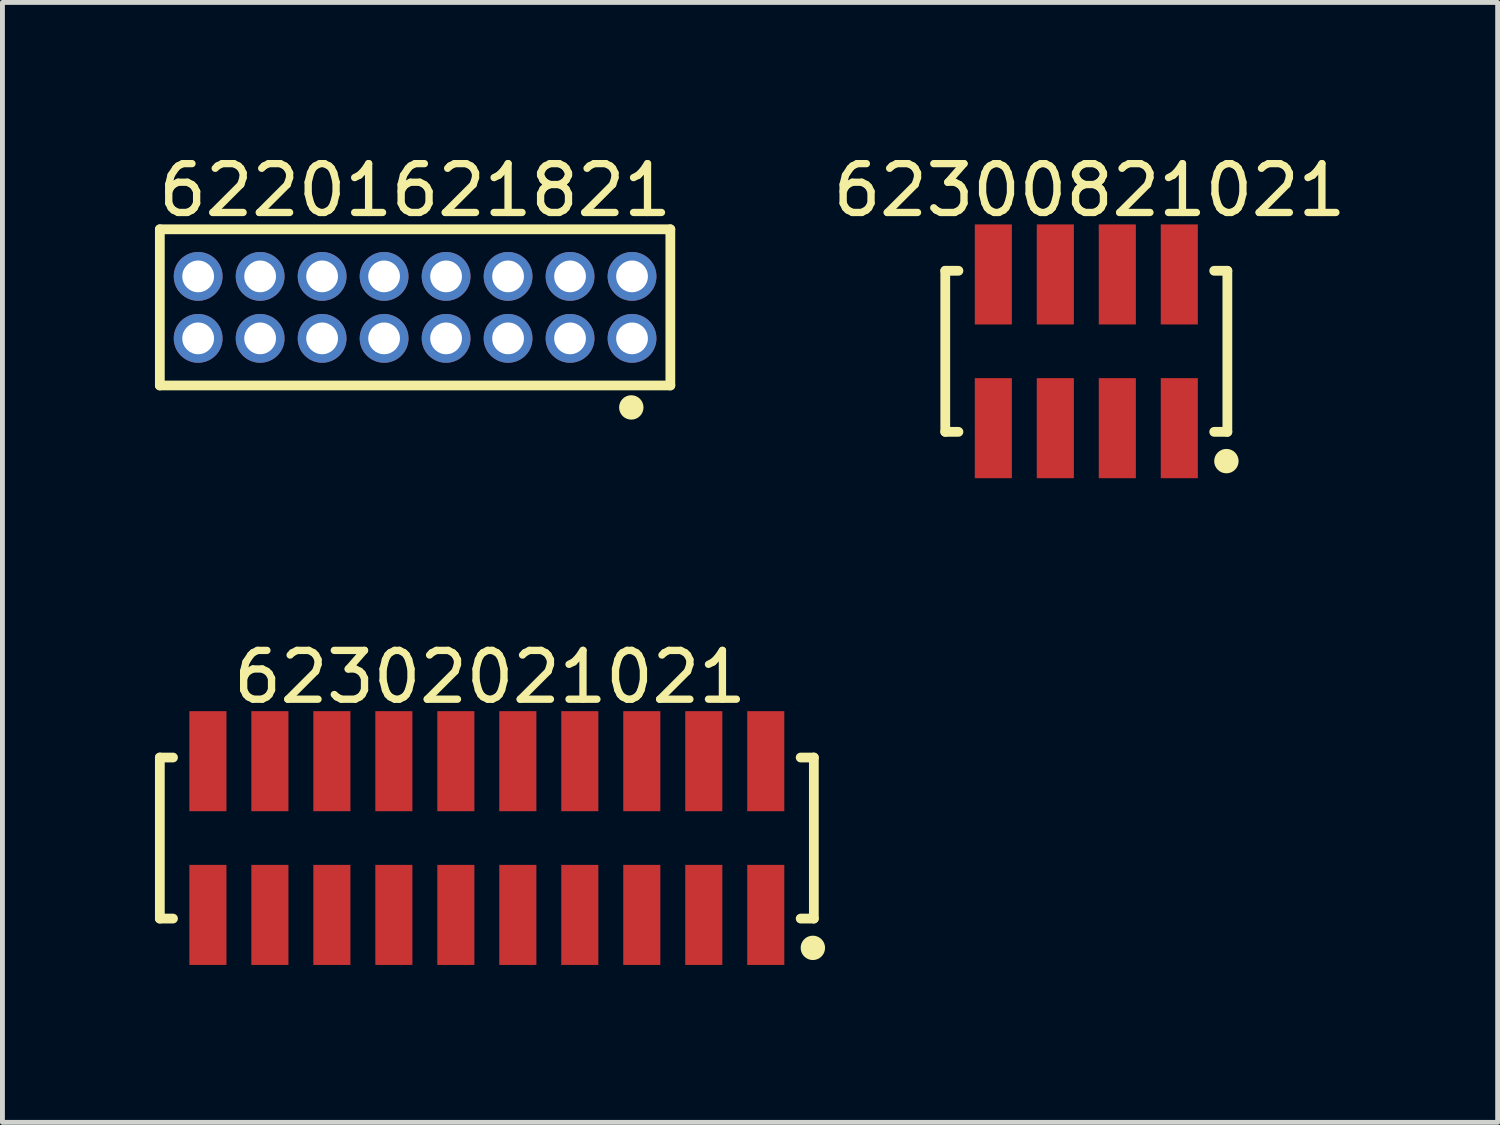
<source format=kicad_pcb>
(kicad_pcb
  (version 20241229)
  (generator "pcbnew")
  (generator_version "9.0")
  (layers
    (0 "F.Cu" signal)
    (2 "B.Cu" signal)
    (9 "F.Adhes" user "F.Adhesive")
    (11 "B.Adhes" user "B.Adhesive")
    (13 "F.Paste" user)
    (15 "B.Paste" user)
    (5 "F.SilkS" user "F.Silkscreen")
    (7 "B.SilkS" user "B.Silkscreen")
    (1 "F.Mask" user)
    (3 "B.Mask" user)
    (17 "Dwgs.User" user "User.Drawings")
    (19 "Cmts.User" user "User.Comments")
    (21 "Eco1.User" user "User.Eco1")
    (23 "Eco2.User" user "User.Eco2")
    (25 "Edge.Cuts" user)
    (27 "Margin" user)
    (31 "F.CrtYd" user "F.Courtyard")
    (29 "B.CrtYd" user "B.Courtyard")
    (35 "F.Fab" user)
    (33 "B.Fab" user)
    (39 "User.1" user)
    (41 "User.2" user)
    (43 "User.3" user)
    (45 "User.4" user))
  (footprint "62302021021"
    (layer "F.Cu")
    (at 6.925 14.121)
    (property "Reference" "62302021021" (at 0.065 -3.3 0) (layer "F.SilkS") (effects (font (size 1 1) (thickness 0.15))))
    (fp_line (start -6.7 -1.65) (end -6.43 -1.65) (stroke (width 0.2) (type solid)) (layer "F.SilkS"))
    (fp_line (start -6.7 1.65) (end -6.7 -1.65) (stroke (width 0.2) (type solid)) (layer "F.SilkS"))
    (fp_line (start -6.7 1.65) (end -6.43 1.65) (stroke (width 0.2) (type solid)) (layer "F.SilkS"))
    (fp_line (start 6.43 -1.65) (end 6.7 -1.65) (stroke (width 0.2) (type solid)) (layer "F.SilkS"))
    (fp_line (start 6.43 1.65) (end 6.7 1.65) (stroke (width 0.2) (type solid)) (layer "F.SilkS"))
    (fp_line (start 6.7 1.65) (end 6.7 -1.65) (stroke (width 0.2) (type solid)) (layer "F.SilkS"))
    (fp_circle (center 6.68 2.25) (end 6.68 2.125) (stroke (width 0.25) (type solid)) (fill no) (layer "F.SilkS"))
    (fp_line (start -6.9 -2.8) (end 6.9 -2.8) (stroke (width 0.05) (type solid)) (layer "Eco2.User"))
    (fp_line (start -6.9 2.8) (end -6.9 -2.8) (stroke (width 0.05) (type solid)) (layer "Eco2.User"))
    (fp_line (start -6.9 2.8) (end 6.9 2.8) (stroke (width 0.05) (type solid)) (layer "Eco2.User"))
    (fp_line (start -6.55 -1.55) (end 6.55 -1.55) (stroke (width 0.1) (type solid)) (layer "Eco2.User"))
    (fp_line (start -6.55 1.55) (end -6.55 -1.55) (stroke (width 0.1) (type solid)) (layer "Eco2.User"))
    (fp_line (start -6.55 1.55) (end 6.55 1.55) (stroke (width 0.1) (type solid)) (layer "Eco2.User"))
    (fp_line (start -5.965 -2.3) (end -5.465 -2.3) (stroke (width 0.1) (type solid)) (layer "Eco2.User"))
    (fp_line (start -5.965 -1.55) (end -5.965 -2.3) (stroke (width 0.1) (type solid)) (layer "Eco2.User"))
    (fp_line (start -5.965 2.3) (end -5.965 1.55) (stroke (width 0.1) (type solid)) (layer "Eco2.User"))
    (fp_line (start -5.965 2.3) (end -5.465 2.3) (stroke (width 0.1) (type solid)) (layer "Eco2.User"))
    (fp_line (start -5.465 -1.55) (end -5.465 -2.3) (stroke (width 0.1) (type solid)) (layer "Eco2.User"))
    (fp_line (start -5.465 2.3) (end -5.465 1.55) (stroke (width 0.1) (type solid)) (layer "Eco2.User"))
    (fp_line (start -4.695 -2.3) (end -4.195 -2.3) (stroke (width 0.1) (type solid)) (layer "Eco2.User"))
    (fp_line (start -4.695 -1.55) (end -4.695 -2.3) (stroke (width 0.1) (type solid)) (layer "Eco2.User"))
    (fp_line (start -4.695 2.3) (end -4.695 1.55) (stroke (width 0.1) (type solid)) (layer "Eco2.User"))
    (fp_line (start -4.695 2.3) (end -4.195 2.3) (stroke (width 0.1) (type solid)) (layer "Eco2.User"))
    (fp_line (start -4.195 -1.55) (end -4.195 -2.3) (stroke (width 0.1) (type solid)) (layer "Eco2.User"))
    (fp_line (start -4.195 2.3) (end -4.195 1.55) (stroke (width 0.1) (type solid)) (layer "Eco2.User"))
    (fp_line (start -3.425 -2.3) (end -2.925 -2.3) (stroke (width 0.1) (type solid)) (layer "Eco2.User"))
    (fp_line (start -3.425 -1.55) (end -3.425 -2.3) (stroke (width 0.1) (type solid)) (layer "Eco2.User"))
    (fp_line (start -3.425 2.3) (end -3.425 1.55) (stroke (width 0.1) (type solid)) (layer "Eco2.User"))
    (fp_line (start -3.425 2.3) (end -2.925 2.3) (stroke (width 0.1) (type solid)) (layer "Eco2.User"))
    (fp_line (start -2.925 -1.55) (end -2.925 -2.3) (stroke (width 0.1) (type solid)) (layer "Eco2.User"))
    (fp_line (start -2.925 2.3) (end -2.925 1.55) (stroke (width 0.1) (type solid)) (layer "Eco2.User"))
    (fp_line (start -2.155 -2.3) (end -1.655 -2.3) (stroke (width 0.1) (type solid)) (layer "Eco2.User"))
    (fp_line (start -2.155 -1.55) (end -2.155 -2.3) (stroke (width 0.1) (type solid)) (layer "Eco2.User"))
    (fp_line (start -2.155 2.3) (end -2.155 1.55) (stroke (width 0.1) (type solid)) (layer "Eco2.User"))
    (fp_line (start -2.155 2.3) (end -1.655 2.3) (stroke (width 0.1) (type solid)) (layer "Eco2.User"))
    (fp_line (start -1.655 -1.55) (end -1.655 -2.3) (stroke (width 0.1) (type solid)) (layer "Eco2.User"))
    (fp_line (start -1.655 2.3) (end -1.655 1.55) (stroke (width 0.1) (type solid)) (layer "Eco2.User"))
    (fp_line (start -0.885 -2.3) (end -0.385 -2.3) (stroke (width 0.1) (type solid)) (layer "Eco2.User"))
    (fp_line (start -0.885 -1.55) (end -0.885 -2.3) (stroke (width 0.1) (type solid)) (layer "Eco2.User"))
    (fp_line (start -0.885 2.3) (end -0.885 1.55) (stroke (width 0.1) (type solid)) (layer "Eco2.User"))
    (fp_line (start -0.885 2.3) (end -0.385 2.3) (stroke (width 0.1) (type solid)) (layer "Eco2.User"))
    (fp_line (start -0.5 0) (end 0.5 0) (stroke (width 0.05) (type solid)) (layer "Eco2.User"))
    (fp_line (start -0.385 -1.55) (end -0.385 -2.3) (stroke (width 0.1) (type solid)) (layer "Eco2.User"))
    (fp_line (start -0.385 2.3) (end -0.385 1.55) (stroke (width 0.1) (type solid)) (layer "Eco2.User"))
    (fp_line (start 0 0.5) (end 0 -0.5) (stroke (width 0.05) (type solid)) (layer "Eco2.User"))
    (fp_line (start 0.385 -2.3) (end 0.885 -2.3) (stroke (width 0.1) (type solid)) (layer "Eco2.User"))
    (fp_line (start 0.385 -1.55) (end 0.385 -2.3) (stroke (width 0.1) (type solid)) (layer "Eco2.User"))
    (fp_line (start 0.385 2.3) (end 0.385 1.55) (stroke (width 0.1) (type solid)) (layer "Eco2.User"))
    (fp_line (start 0.385 2.3) (end 0.885 2.3) (stroke (width 0.1) (type solid)) (layer "Eco2.User"))
    (fp_line (start 0.885 -1.55) (end 0.885 -2.3) (stroke (width 0.1) (type solid)) (layer "Eco2.User"))
    (fp_line (start 0.885 2.3) (end 0.885 1.55) (stroke (width 0.1) (type solid)) (layer "Eco2.User"))
    (fp_line (start 1.655 -2.3) (end 2.155 -2.3) (stroke (width 0.1) (type solid)) (layer "Eco2.User"))
    (fp_line (start 1.655 -1.55) (end 1.655 -2.3) (stroke (width 0.1) (type solid)) (layer "Eco2.User"))
    (fp_line (start 1.655 2.3) (end 1.655 1.55) (stroke (width 0.1) (type solid)) (layer "Eco2.User"))
    (fp_line (start 1.655 2.3) (end 2.155 2.3) (stroke (width 0.1) (type solid)) (layer "Eco2.User"))
    (fp_line (start 2.155 -1.55) (end 2.155 -2.3) (stroke (width 0.1) (type solid)) (layer "Eco2.User"))
    (fp_line (start 2.155 2.3) (end 2.155 1.55) (stroke (width 0.1) (type solid)) (layer "Eco2.User"))
    (fp_line (start 2.925 -2.3) (end 3.425 -2.3) (stroke (width 0.1) (type solid)) (layer "Eco2.User"))
    (fp_line (start 2.925 -1.55) (end 2.925 -2.3) (stroke (width 0.1) (type solid)) (layer "Eco2.User"))
    (fp_line (start 2.925 2.3) (end 2.925 1.55) (stroke (width 0.1) (type solid)) (layer "Eco2.User"))
    (fp_line (start 2.925 2.3) (end 3.425 2.3) (stroke (width 0.1) (type solid)) (layer "Eco2.User"))
    (fp_line (start 3.425 -1.55) (end 3.425 -2.3) (stroke (width 0.1) (type solid)) (layer "Eco2.User"))
    (fp_line (start 3.425 2.3) (end 3.425 1.55) (stroke (width 0.1) (type solid)) (layer "Eco2.User"))
    (fp_line (start 4.195 -2.3) (end 4.695 -2.3) (stroke (width 0.1) (type solid)) (layer "Eco2.User"))
    (fp_line (start 4.195 -1.55) (end 4.195 -2.3) (stroke (width 0.1) (type solid)) (layer "Eco2.User"))
    (fp_line (start 4.195 2.3) (end 4.195 1.55) (stroke (width 0.1) (type solid)) (layer "Eco2.User"))
    (fp_line (start 4.195 2.3) (end 4.695 2.3) (stroke (width 0.1) (type solid)) (layer "Eco2.User"))
    (fp_line (start 4.695 -1.55) (end 4.695 -2.3) (stroke (width 0.1) (type solid)) (layer "Eco2.User"))
    (fp_line (start 4.695 2.3) (end 4.695 1.55) (stroke (width 0.1) (type solid)) (layer "Eco2.User"))
    (fp_line (start 5.465 -2.3) (end 5.965 -2.3) (stroke (width 0.1) (type solid)) (layer "Eco2.User"))
    (fp_line (start 5.465 -1.55) (end 5.465 -2.3) (stroke (width 0.1) (type solid)) (layer "Eco2.User"))
    (fp_line (start 5.465 2.3) (end 5.465 1.55) (stroke (width 0.1) (type solid)) (layer "Eco2.User"))
    (fp_line (start 5.465 2.3) (end 5.965 2.3) (stroke (width 0.1) (type solid)) (layer "Eco2.User"))
    (fp_line (start 5.965 -1.55) (end 5.965 -2.3) (stroke (width 0.1) (type solid)) (layer "Eco2.User"))
    (fp_line (start 5.965 2.3) (end 5.965 1.55) (stroke (width 0.1) (type solid)) (layer "Eco2.User"))
    (fp_line (start 6.55 1.55) (end 6.55 -1.55) (stroke (width 0.1) (type solid)) (layer "Eco2.User"))
    (fp_line (start 6.9 2.8) (end 6.9 -2.8) (stroke (width 0.05) (type solid)) (layer "Eco2.User"))
    (fp_text user "${REFERENCE}" (at 0.1 -0.131 0) (unlocked yes) (layer "User.3") (effects (font (size 1 1) (thickness 0.1))))
    (pad "1" smd rect (at 5.715 1.575 180) (size 0.76 2.05) (layers "F.Cu" "F.Mask" "F.Paste"))
    (pad "2" smd rect (at 5.715 -1.575 180) (size 0.76 2.05) (layers "F.Cu" "F.Mask" "F.Paste"))
    (pad "3" smd rect (at 4.445 1.575 180) (size 0.76 2.05) (layers "F.Cu" "F.Mask" "F.Paste"))
    (pad "4" smd rect (at 4.445 -1.575 180) (size 0.76 2.05) (layers "F.Cu" "F.Mask" "F.Paste"))
    (pad "5" smd rect (at 3.175 1.575 180) (size 0.76 2.05) (layers "F.Cu" "F.Mask" "F.Paste"))
    (pad "6" smd rect (at 3.175 -1.575 180) (size 0.76 2.05) (layers "F.Cu" "F.Mask" "F.Paste"))
    (pad "7" smd rect (at 1.905 1.575 180) (size 0.76 2.05) (layers "F.Cu" "F.Mask" "F.Paste"))
    (pad "8" smd rect (at 1.905 -1.575 180) (size 0.76 2.05) (layers "F.Cu" "F.Mask" "F.Paste"))
    (pad "9" smd rect (at 0.635 1.575 180) (size 0.76 2.05) (layers "F.Cu" "F.Mask" "F.Paste"))
    (pad "10" smd rect (at 0.635 -1.575 180) (size 0.76 2.05) (layers "F.Cu" "F.Mask" "F.Paste"))
    (pad "11" smd rect (at -0.635 1.575 180) (size 0.76 2.05) (layers "F.Cu" "F.Mask" "F.Paste"))
    (pad "12" smd rect (at -0.635 -1.575 180) (size 0.76 2.05) (layers "F.Cu" "F.Mask" "F.Paste"))
    (pad "13" smd rect (at -1.905 1.575 180) (size 0.76 2.05) (layers "F.Cu" "F.Mask" "F.Paste"))
    (pad "14" smd rect (at -1.905 -1.575 180) (size 0.76 2.05) (layers "F.Cu" "F.Mask" "F.Paste"))
    (pad "15" smd rect (at -3.175 1.575 180) (size 0.76 2.05) (layers "F.Cu" "F.Mask" "F.Paste"))
    (pad "16" smd rect (at -3.175 -1.575 180) (size 0.76 2.05) (layers "F.Cu" "F.Mask" "F.Paste"))
    (pad "17" smd rect (at -4.445 1.575 180) (size 0.76 2.05) (layers "F.Cu" "F.Mask" "F.Paste"))
    (pad "18" smd rect (at -4.445 -1.575 180) (size 0.76 2.05) (layers "F.Cu" "F.Mask" "F.Paste"))
    (pad "19" smd rect (at -5.715 1.575 180) (size 0.76 2.05) (layers "F.Cu" "F.Mask" "F.Paste"))
    (pad "20" smd rect (at -5.715 -1.575 180) (size 0.76 2.05) (layers "F.Cu" "F.Mask" "F.Paste")))
  (footprint "62300821021"
    (layer "F.Cu")
    (at 19.208 4.148)
    (property "Reference" "62300821021" (at 0.065 -3.3 0) (layer "F.SilkS") (effects (font (size 1 1) (thickness 0.15))))
    (fp_line (start -2.89 -1.65) (end -2.62 -1.65) (stroke (width 0.2) (type solid)) (layer "F.SilkS"))
    (fp_line (start -2.89 1.65) (end -2.89 -1.65) (stroke (width 0.2) (type solid)) (layer "F.SilkS"))
    (fp_line (start -2.89 1.65) (end -2.62 1.65) (stroke (width 0.2) (type solid)) (layer "F.SilkS"))
    (fp_line (start 2.62 -1.65) (end 2.89 -1.65) (stroke (width 0.2) (type solid)) (layer "F.SilkS"))
    (fp_line (start 2.62 1.65) (end 2.89 1.65) (stroke (width 0.2) (type solid)) (layer "F.SilkS"))
    (fp_line (start 2.89 1.65) (end 2.89 -1.65) (stroke (width 0.2) (type solid)) (layer "F.SilkS"))
    (fp_circle (center 2.87 2.25) (end 2.87 2.125) (stroke (width 0.25) (type solid)) (fill no) (layer "F.SilkS"))
    (fp_line (start -3.09 -2.8) (end 3.09 -2.8) (stroke (width 0.05) (type solid)) (layer "Eco2.User"))
    (fp_line (start -3.09 2.8) (end -3.09 -2.8) (stroke (width 0.05) (type solid)) (layer "Eco2.User"))
    (fp_line (start -3.09 2.8) (end 3.09 2.8) (stroke (width 0.05) (type solid)) (layer "Eco2.User"))
    (fp_line (start -2.74 -1.55) (end 2.74 -1.55) (stroke (width 0.1) (type solid)) (layer "Eco2.User"))
    (fp_line (start -2.74 1.55) (end -2.74 -1.55) (stroke (width 0.1) (type solid)) (layer "Eco2.User"))
    (fp_line (start -2.74 1.55) (end 2.74 1.55) (stroke (width 0.1) (type solid)) (layer "Eco2.User"))
    (fp_line (start -2.155 -2.3) (end -1.655 -2.3) (stroke (width 0.1) (type solid)) (layer "Eco2.User"))
    (fp_line (start -2.155 -1.55) (end -2.155 -2.3) (stroke (width 0.1) (type solid)) (layer "Eco2.User"))
    (fp_line (start -2.155 2.3) (end -2.155 1.55) (stroke (width 0.1) (type solid)) (layer "Eco2.User"))
    (fp_line (start -2.155 2.3) (end -1.655 2.3) (stroke (width 0.1) (type solid)) (layer "Eco2.User"))
    (fp_line (start -1.655 -1.55) (end -1.655 -2.3) (stroke (width 0.1) (type solid)) (layer "Eco2.User"))
    (fp_line (start -1.655 2.3) (end -1.655 1.55) (stroke (width 0.1) (type solid)) (layer "Eco2.User"))
    (fp_line (start -0.885 -2.3) (end -0.385 -2.3) (stroke (width 0.1) (type solid)) (layer "Eco2.User"))
    (fp_line (start -0.885 -1.55) (end -0.885 -2.3) (stroke (width 0.1) (type solid)) (layer "Eco2.User"))
    (fp_line (start -0.885 2.3) (end -0.885 1.55) (stroke (width 0.1) (type solid)) (layer "Eco2.User"))
    (fp_line (start -0.885 2.3) (end -0.385 2.3) (stroke (width 0.1) (type solid)) (layer "Eco2.User"))
    (fp_line (start -0.5 0) (end 0.5 0) (stroke (width 0.05) (type solid)) (layer "Eco2.User"))
    (fp_line (start -0.385 -1.55) (end -0.385 -2.3) (stroke (width 0.1) (type solid)) (layer "Eco2.User"))
    (fp_line (start -0.385 2.3) (end -0.385 1.55) (stroke (width 0.1) (type solid)) (layer "Eco2.User"))
    (fp_line (start 0 0.5) (end 0 -0.5) (stroke (width 0.05) (type solid)) (layer "Eco2.User"))
    (fp_line (start 0.385 -2.3) (end 0.885 -2.3) (stroke (width 0.1) (type solid)) (layer "Eco2.User"))
    (fp_line (start 0.385 -1.55) (end 0.385 -2.3) (stroke (width 0.1) (type solid)) (layer "Eco2.User"))
    (fp_line (start 0.385 2.3) (end 0.385 1.55) (stroke (width 0.1) (type solid)) (layer "Eco2.User"))
    (fp_line (start 0.385 2.3) (end 0.885 2.3) (stroke (width 0.1) (type solid)) (layer "Eco2.User"))
    (fp_line (start 0.885 -1.55) (end 0.885 -2.3) (stroke (width 0.1) (type solid)) (layer "Eco2.User"))
    (fp_line (start 0.885 2.3) (end 0.885 1.55) (stroke (width 0.1) (type solid)) (layer "Eco2.User"))
    (fp_line (start 1.655 -2.3) (end 2.155 -2.3) (stroke (width 0.1) (type solid)) (layer "Eco2.User"))
    (fp_line (start 1.655 -1.55) (end 1.655 -2.3) (stroke (width 0.1) (type solid)) (layer "Eco2.User"))
    (fp_line (start 1.655 2.3) (end 1.655 1.55) (stroke (width 0.1) (type solid)) (layer "Eco2.User"))
    (fp_line (start 1.655 2.3) (end 2.155 2.3) (stroke (width 0.1) (type solid)) (layer "Eco2.User"))
    (fp_line (start 2.155 -1.55) (end 2.155 -2.3) (stroke (width 0.1) (type solid)) (layer "Eco2.User"))
    (fp_line (start 2.155 2.3) (end 2.155 1.55) (stroke (width 0.1) (type solid)) (layer "Eco2.User"))
    (fp_line (start 2.74 1.55) (end 2.74 -1.55) (stroke (width 0.1) (type solid)) (layer "Eco2.User"))
    (fp_line (start 3.09 2.8) (end 3.09 -2.8) (stroke (width 0.05) (type solid)) (layer "Eco2.User"))
    (fp_text user "${REFERENCE}" (at 0.1 -0.131 0) (unlocked yes) (layer "User.3") (effects (font (size 1 1) (thickness 0.1))))
    (pad "1" smd rect (at 1.905 1.575 180) (size 0.76 2.05) (layers "F.Cu" "F.Mask" "F.Paste"))
    (pad "2" smd rect (at 1.905 -1.575 180) (size 0.76 2.05) (layers "F.Cu" "F.Mask" "F.Paste"))
    (pad "3" smd rect (at 0.635 1.575 180) (size 0.76 2.05) (layers "F.Cu" "F.Mask" "F.Paste"))
    (pad "4" smd rect (at 0.635 -1.575 180) (size 0.76 2.05) (layers "F.Cu" "F.Mask" "F.Paste"))
    (pad "5" smd rect (at -0.635 1.575 180) (size 0.76 2.05) (layers "F.Cu" "F.Mask" "F.Paste"))
    (pad "6" smd rect (at -0.635 -1.575 180) (size 0.76 2.05) (layers "F.Cu" "F.Mask" "F.Paste"))
    (pad "7" smd rect (at -1.905 1.575 180) (size 0.76 2.05) (layers "F.Cu" "F.Mask" "F.Paste"))
    (pad "8" smd rect (at -1.905 -1.575 180) (size 0.76 2.05) (layers "F.Cu" "F.Mask" "F.Paste")))
  (footprint "62201621821"
    (layer "F.Cu")
    (at 5.455 3.248)
    (property "Reference" "62201621821" (at 0 -2.4 0) (layer "F.SilkS") (effects (font (size 1 1) (thickness 0.15))))
    (fp_line (start -5.23 -1.6) (end 5.23 -1.6) (stroke (width 0.2) (type solid)) (layer "F.SilkS"))
    (fp_line (start -5.23 1.6) (end -5.23 -1.6) (stroke (width 0.2) (type solid)) (layer "F.SilkS"))
    (fp_line (start -5.23 1.6) (end 5.23 1.6) (stroke (width 0.2) (type solid)) (layer "F.SilkS"))
    (fp_line (start 5.23 1.6) (end 5.23 -1.6) (stroke (width 0.2) (type solid)) (layer "F.SilkS"))
    (fp_circle (center 4.43 2.05) (end 4.43 1.925) (stroke (width 0.25) (type solid)) (fill no) (layer "F.SilkS"))
    (fp_line (start -5.43 -1.8) (end 5.43 -1.8) (stroke (width 0.05) (type solid)) (layer "Eco2.User"))
    (fp_line (start -5.43 1.8) (end -5.43 -1.8) (stroke (width 0.05) (type solid)) (layer "Eco2.User"))
    (fp_line (start -5.43 1.8) (end 5.43 1.8) (stroke (width 0.05) (type solid)) (layer "Eco2.User"))
    (fp_line (start -5.08 -1.5) (end 5.08 -1.5) (stroke (width 0.1) (type solid)) (layer "Eco2.User"))
    (fp_line (start -5.08 1.5) (end -5.08 -1.5) (stroke (width 0.1) (type solid)) (layer "Eco2.User"))
    (fp_line (start -5.08 1.5) (end 5.08 1.5) (stroke (width 0.1) (type solid)) (layer "Eco2.User"))
    (fp_line (start -0.5 0) (end 0.5 0) (stroke (width 0.05) (type solid)) (layer "Eco2.User"))
    (fp_line (start 0 0.5) (end 0 -0.5) (stroke (width 0.05) (type solid)) (layer "Eco2.User"))
    (fp_line (start 5.08 1.5) (end 5.08 -1.5) (stroke (width 0.1) (type solid)) (layer "Eco2.User"))
    (fp_line (start 5.43 1.8) (end 5.43 -1.8) (stroke (width 0.05) (type solid)) (layer "Eco2.User"))
    (fp_text user "${REFERENCE}" (at 0.1 -0.131 0) (unlocked yes) (layer "User.3") (effects (font (size 1 1) (thickness 0.1))))
    (pad "1" thru_hole circle (at 4.445 0.635 180) (size 1 1) (drill 0.65) (layers "*.Cu" "*.Mask"))
    (pad "2" thru_hole circle (at 4.445 -0.635 180) (size 1 1) (drill 0.65) (layers "*.Cu" "*.Mask"))
    (pad "3" thru_hole circle (at 3.175 0.635 180) (size 1 1) (drill 0.65) (layers "*.Cu" "*.Mask"))
    (pad "4" thru_hole circle (at 3.175 -0.635 180) (size 1 1) (drill 0.65) (layers "*.Cu" "*.Mask"))
    (pad "5" thru_hole circle (at 1.905 0.635 180) (size 1 1) (drill 0.65) (layers "*.Cu" "*.Mask"))
    (pad "6" thru_hole circle (at 1.905 -0.635 180) (size 1 1) (drill 0.65) (layers "*.Cu" "*.Mask"))
    (pad "7" thru_hole circle (at 0.635 0.635 180) (size 1 1) (drill 0.65) (layers "*.Cu" "*.Mask"))
    (pad "8" thru_hole circle (at 0.635 -0.635 180) (size 1 1) (drill 0.65) (layers "*.Cu" "*.Mask"))
    (pad "9" thru_hole circle (at -0.635 0.635 180) (size 1 1) (drill 0.65) (layers "*.Cu" "*.Mask"))
    (pad "10" thru_hole circle (at -0.635 -0.635 180) (size 1 1) (drill 0.65) (layers "*.Cu" "*.Mask"))
    (pad "11" thru_hole circle (at -1.905 0.635 180) (size 1 1) (drill 0.65) (layers "*.Cu" "*.Mask"))
    (pad "12" thru_hole circle (at -1.905 -0.635 180) (size 1 1) (drill 0.65) (layers "*.Cu" "*.Mask"))
    (pad "13" thru_hole circle (at -3.175 0.635 180) (size 1 1) (drill 0.65) (layers "*.Cu" "*.Mask"))
    (pad "14" thru_hole circle (at -3.175 -0.635 180) (size 1 1) (drill 0.65) (layers "*.Cu" "*.Mask"))
    (pad "15" thru_hole circle (at -4.445 0.635 180) (size 1 1) (drill 0.65) (layers "*.Cu" "*.Mask"))
    (pad "16" thru_hole circle (at -4.445 -0.635 180) (size 1 1) (drill 0.65) (layers "*.Cu" "*.Mask")))
  (gr_rect
    (start -3 -3)
    (end 27.636 19.947)
    (stroke (width 0.1) (type default))
    (fill no)
    (layer "Edge.Cuts")))
</source>
